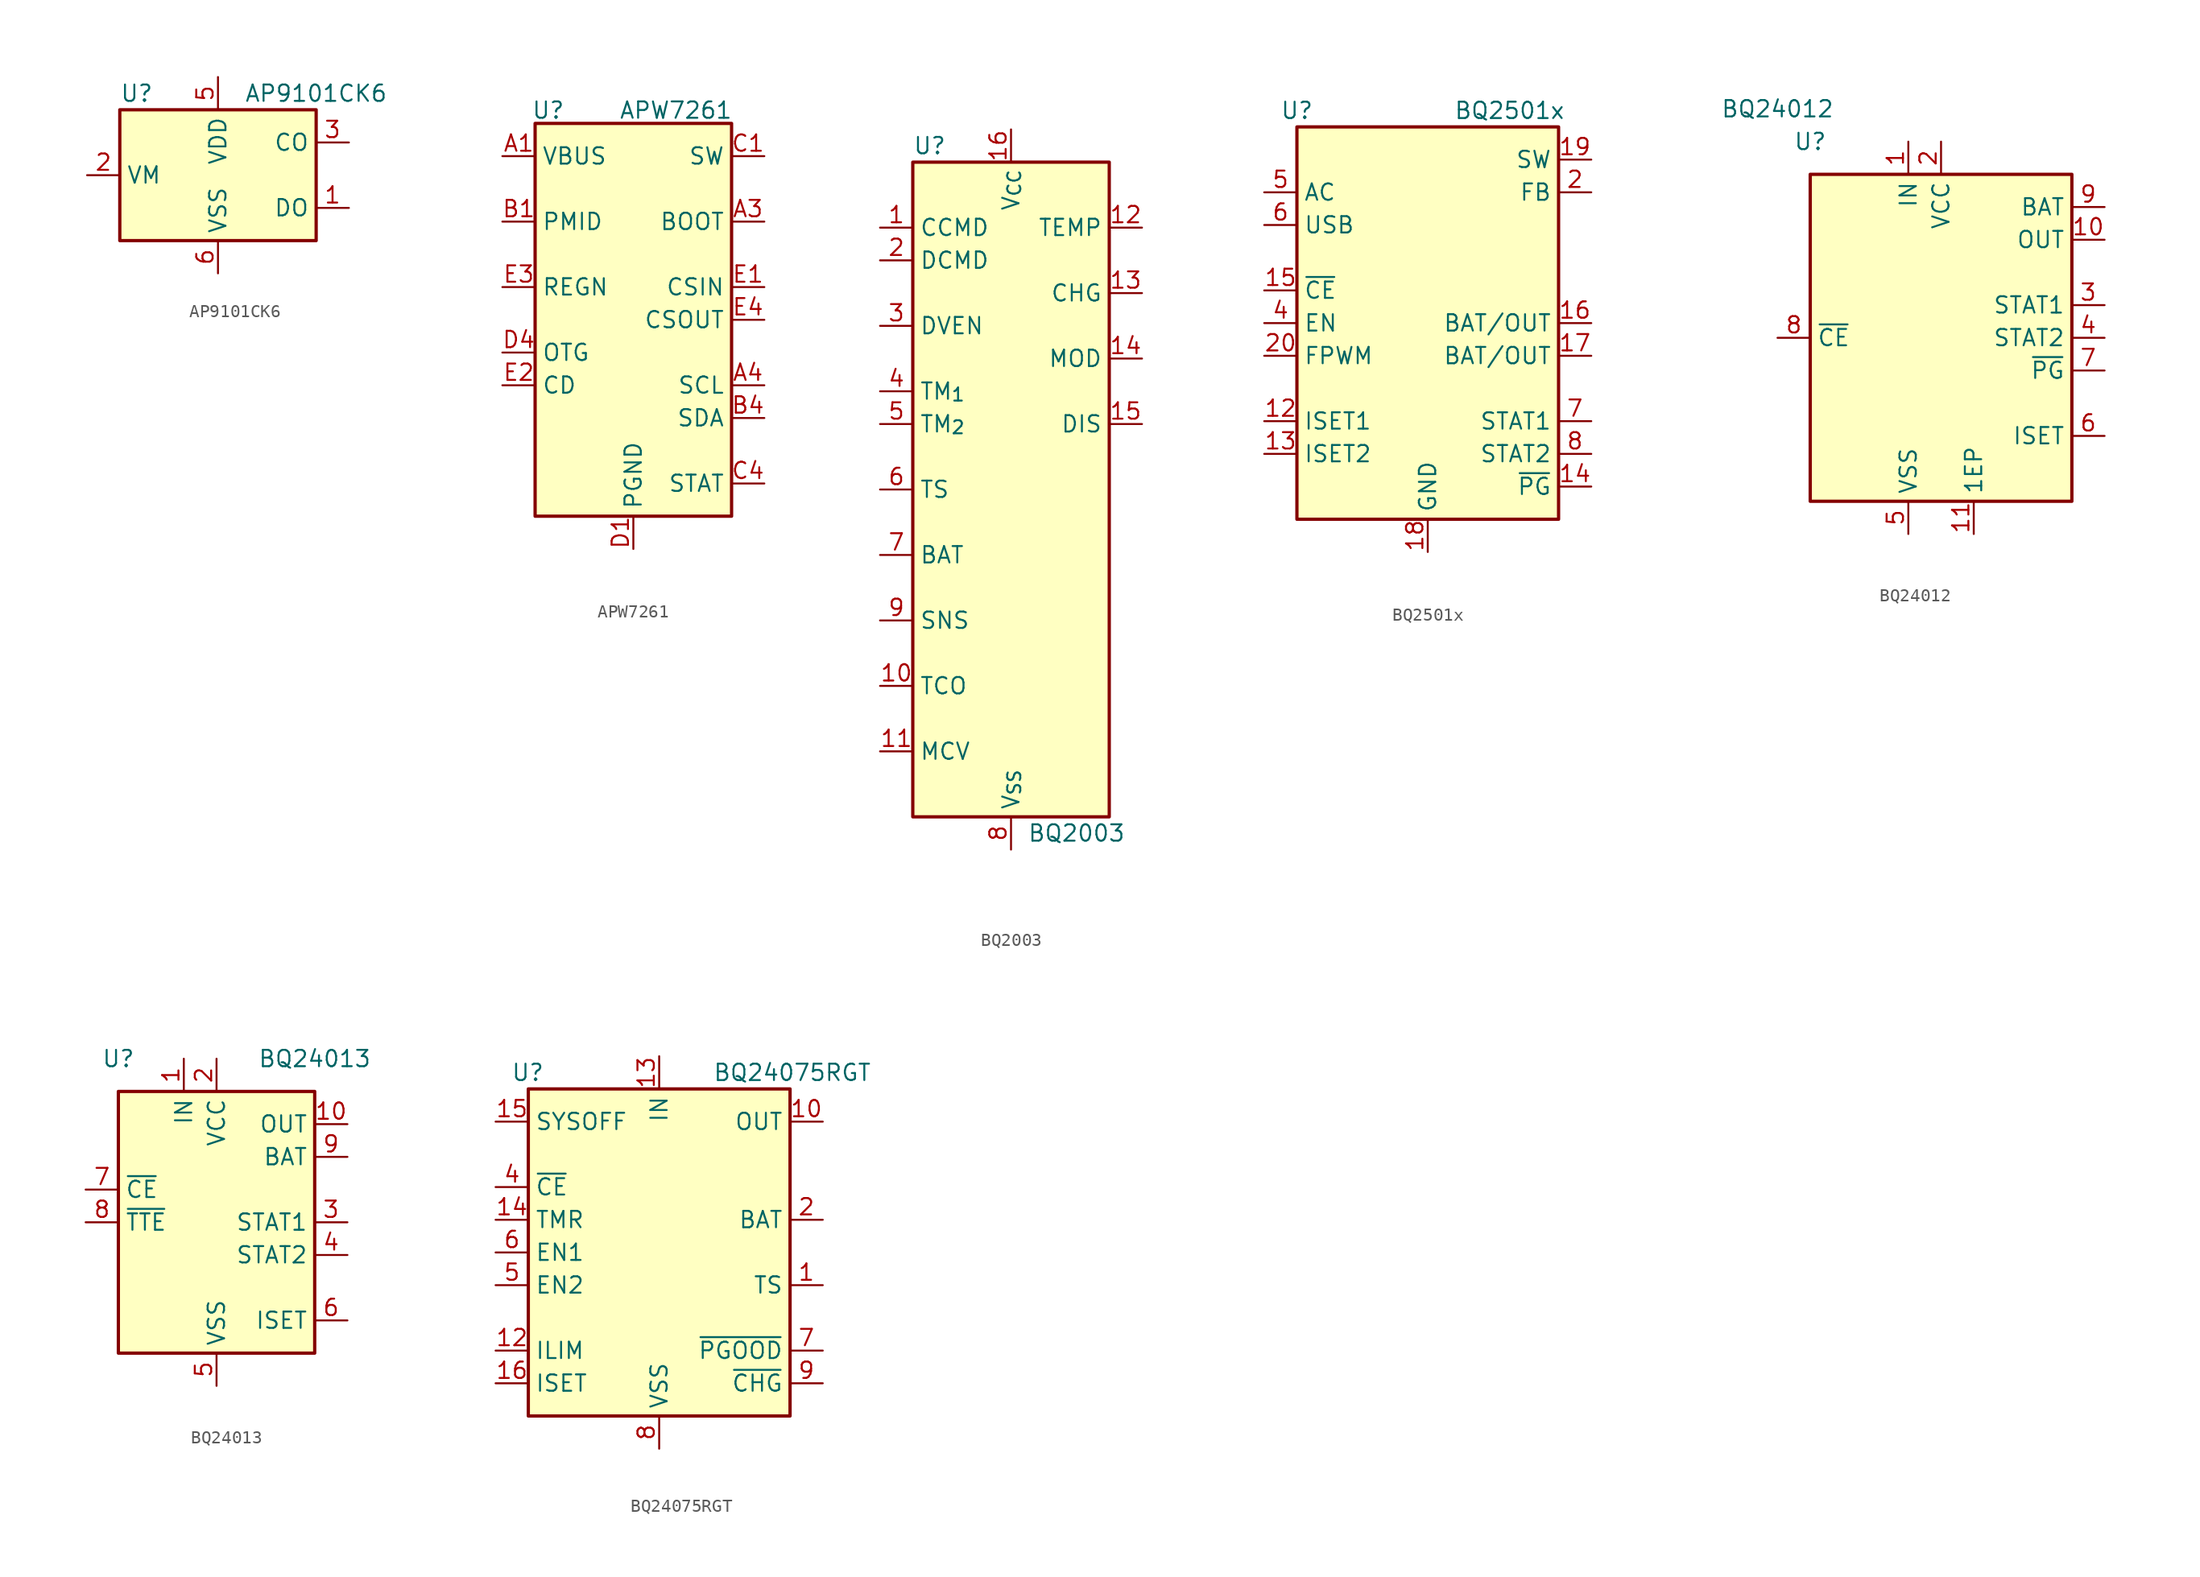
<source format=kicad_sym>
(kicad_symbol_lib
  (version 20241209)
  (generator "kicad_symbol_editor")
  (generator_version "9.0")
  (symbol "AP9101CK6"
    (property "Reference" "U"
      (at -7.62 6.35 0)
      (effects (font (size 1.27 1.27)) (justify left)))
    (property "Value" "AP9101CK6"
      (at 7.62 6.35 0)
      (effects (font (size 1.27 1.27))))
    (symbol "AP9101CK6_0_1"
      (rectangle (start -7.62 5.08) (end 7.62 -5.08) (stroke (width 0.254) (type default)) (fill (type background))))
    (symbol "AP9101CK6_1_1"
      (pin passive line (at -10.16 0 0) (length 2.54) (name "VM" (effects (font (size 1.27 1.27)))) (number "2" (effects (font (size 1.27 1.27)))))
      (pin no_connect line (at -7.62 -2.54 0) (length 2.54) (hide yes) (name "NC" (effects (font (size 1.27 1.27)))) (number "4" (effects (font (size 1.27 1.27)))))
      (pin power_in line (at 0 7.62 270) (length 2.54) (name "VDD" (effects (font (size 1.27 1.27)))) (number "5" (effects (font (size 1.27 1.27)))))
      (pin power_in line (at 0 -7.62 90) (length 2.54) (name "VSS" (effects (font (size 1.27 1.27)))) (number "6" (effects (font (size 1.27 1.27)))))
      (pin output line (at 10.16 2.54 180) (length 2.54) (name "CO" (effects (font (size 1.27 1.27)))) (number "3" (effects (font (size 1.27 1.27)))))
      (pin output line (at 10.16 -2.54 180) (length 2.54) (name "DO" (effects (font (size 1.27 1.27)))) (number "1" (effects (font (size 1.27 1.27)))))))
  (symbol "APW7261"
    (property "Reference" "U"
      (at -6.604 16.256 0)
      (effects (font (size 1.27 1.27))))
    (property "Value" "APW7261"
      (at 3.302 16.256 0)
      (effects (font (size 1.27 1.27))))
    (symbol "APW7261_1_1"
      (rectangle (start -7.62 15.24) (end 7.62 -15.24) (stroke (width 0.254) (type default)) (fill (type background)))
      (pin power_in line (at -10.16 12.7 0) (length 2.54) (name "VBUS" (effects (font (size 1.27 1.27)))) (number "A1" (effects (font (size 1.27 1.27)))))
      (pin passive line (at -10.16 12.7 0) (length 2.54) (hide yes) (name "VBUS" (effects (font (size 1.27 1.27)))) (number "A2" (effects (font (size 1.27 1.27)))))
      (pin input line (at -10.16 7.62 0) (length 2.54) (name "PMID" (effects (font (size 1.27 1.27)))) (number "B1" (effects (font (size 1.27 1.27)))))
      (pin input line (at -10.16 7.62 0) (length 2.54) (hide yes) (name "PMID" (effects (font (size 1.27 1.27)))) (number "B2" (effects (font (size 1.27 1.27)))))
      (pin input line (at -10.16 7.62 0) (length 2.54) (hide yes) (name "PMID" (effects (font (size 1.27 1.27)))) (number "B3" (effects (font (size 1.27 1.27)))))
      (pin power_out line (at -10.16 2.54 0) (length 2.54) (name "REGN" (effects (font (size 1.27 1.27)))) (number "E3" (effects (font (size 1.27 1.27)))))
      (pin input line (at -10.16 -2.54 0) (length 2.54) (name "OTG" (effects (font (size 1.27 1.27)))) (number "D4" (effects (font (size 1.27 1.27)))))
      (pin input line (at -10.16 -5.08 0) (length 2.54) (name "CD" (effects (font (size 1.27 1.27)))) (number "E2" (effects (font (size 1.27 1.27)))))
      (pin power_in line (at 0 -17.78 90) (length 2.54) (name "PGND" (effects (font (size 1.27 1.27)))) (number "D1" (effects (font (size 1.27 1.27)))))
      (pin passive line (at 0 -17.78 90) (length 2.54) (hide yes) (name "PGND" (effects (font (size 1.27 1.27)))) (number "D2" (effects (font (size 1.27 1.27)))))
      (pin passive line (at 0 -17.78 90) (length 2.54) (hide yes) (name "PGND" (effects (font (size 1.27 1.27)))) (number "D3" (effects (font (size 1.27 1.27)))))
      (pin power_out line (at 10.16 12.7 180) (length 2.54) (name "SW" (effects (font (size 1.27 1.27)))) (number "C1" (effects (font (size 1.27 1.27)))))
      (pin passive line (at 10.16 12.7 180) (length 2.54) (hide yes) (name "SW" (effects (font (size 1.27 1.27)))) (number "C2" (effects (font (size 1.27 1.27)))))
      (pin passive line (at 10.16 12.7 180) (length 2.54) (hide yes) (name "SW" (effects (font (size 1.27 1.27)))) (number "C3" (effects (font (size 1.27 1.27)))))
      (pin input line (at 10.16 7.62 180) (length 2.54) (name "BOOT" (effects (font (size 1.27 1.27)))) (number "A3" (effects (font (size 1.27 1.27)))))
      (pin input line (at 10.16 2.54 180) (length 2.54) (name "CSIN" (effects (font (size 1.27 1.27)))) (number "E1" (effects (font (size 1.27 1.27)))))
      (pin input line (at 10.16 0 180) (length 2.54) (name "CSOUT" (effects (font (size 1.27 1.27)))) (number "E4" (effects (font (size 1.27 1.27)))))
      (pin input line (at 10.16 -5.08 180) (length 2.54) (name "SCL" (effects (font (size 1.27 1.27)))) (number "A4" (effects (font (size 1.27 1.27)))))
      (pin bidirectional line (at 10.16 -7.62 180) (length 2.54) (name "SDA" (effects (font (size 1.27 1.27)))) (number "B4" (effects (font (size 1.27 1.27)))))
      (pin open_collector line (at 10.16 -12.7 180) (length 2.54) (name "STAT" (effects (font (size 1.27 1.27)))) (number "C4" (effects (font (size 1.27 1.27)))))))
  (symbol "BQ2003"
    (property "Reference" "U"
      (at -7.62 26.67 0)
      (effects (font (size 1.27 1.27)) (justify left)))
    (property "Value" "BQ2003"
      (at 5.08 -26.67 0)
      (effects (font (size 1.27 1.27))))
    (symbol "BQ2003_0_1"
      (rectangle (start -7.62 -25.4) (end 7.62 25.4) (stroke (width 0.254) (type default)) (fill (type background))))
    (symbol "BQ2003_1_1"
      (pin input line (at -10.16 20.32 0) (length 2.54) (name "CCMD" (effects (font (size 1.27 1.27)))) (number "1" (effects (font (size 1.27 1.27)))))
      (pin input line (at -10.16 17.78 0) (length 2.54) (name "DCMD" (effects (font (size 1.27 1.27)))) (number "2" (effects (font (size 1.27 1.27)))))
      (pin input line (at -10.16 12.7 0) (length 2.54) (name "DVEN" (effects (font (size 1.27 1.27)))) (number "3" (effects (font (size 1.27 1.27)))))
      (pin input line (at -10.16 7.62 0) (length 2.54) (name "TM_{1}" (effects (font (size 1.27 1.27)))) (number "4" (effects (font (size 1.27 1.27)))))
      (pin input line (at -10.16 5.08 0) (length 2.54) (name "TM_{2}" (effects (font (size 1.27 1.27)))) (number "5" (effects (font (size 1.27 1.27)))))
      (pin input line (at -10.16 0 0) (length 2.54) (name "TS" (effects (font (size 1.27 1.27)))) (number "6" (effects (font (size 1.27 1.27)))))
      (pin input line (at -10.16 -5.08 0) (length 2.54) (name "BAT" (effects (font (size 1.27 1.27)))) (number "7" (effects (font (size 1.27 1.27)))))
      (pin input line (at -10.16 -10.16 0) (length 2.54) (name "SNS" (effects (font (size 1.27 1.27)))) (number "9" (effects (font (size 1.27 1.27)))))
      (pin input line (at -10.16 -15.24 0) (length 2.54) (name "TCO" (effects (font (size 1.27 1.27)))) (number "10" (effects (font (size 1.27 1.27)))))
      (pin input line (at -10.16 -20.32 0) (length 2.54) (name "MCV" (effects (font (size 1.27 1.27)))) (number "11" (effects (font (size 1.27 1.27)))))
      (pin power_in line (at 0 27.94 270) (length 2.54) (name "V_{CC}" (effects (font (size 1.27 1.27)))) (number "16" (effects (font (size 1.27 1.27)))))
      (pin power_in line (at 0 -27.94 90) (length 2.54) (name "V_{SS}" (effects (font (size 1.27 1.27)))) (number "8" (effects (font (size 1.27 1.27)))))
      (pin output line (at 10.16 20.32 180) (length 2.54) (name "TEMP" (effects (font (size 1.27 1.27)))) (number "12" (effects (font (size 1.27 1.27)))))
      (pin output line (at 10.16 15.24 180) (length 2.54) (name "CHG" (effects (font (size 1.27 1.27)))) (number "13" (effects (font (size 1.27 1.27)))))
      (pin output line (at 10.16 10.16 180) (length 2.54) (name "MOD" (effects (font (size 1.27 1.27)))) (number "14" (effects (font (size 1.27 1.27)))))
      (pin output line (at 10.16 5.08 180) (length 2.54) (name "DIS" (effects (font (size 1.27 1.27)))) (number "15" (effects (font (size 1.27 1.27)))))))
  (symbol "BQ2501x"
    (property "Reference" "U"
      (at -10.16 16.51 0)
      (effects (font (size 1.27 1.27))))
    (property "Value" "BQ2501x"
      (at 6.35 16.51 0)
      (effects (font (size 1.27 1.27))))
    (symbol "BQ2501x_1_1"
      (rectangle (start -10.16 15.24) (end 10.16 -15.24) (stroke (width 0.254) (type default)) (fill (type background)))
      (pin power_in line (at -12.7 10.16 0) (length 2.54) (name "AC" (effects (font (size 1.27 1.27)))) (number "5" (effects (font (size 1.27 1.27)))))
      (pin power_in line (at -12.7 7.62 0) (length 2.54) (name "USB" (effects (font (size 1.27 1.27)))) (number "6" (effects (font (size 1.27 1.27)))))
      (pin input line (at -12.7 2.54 0) (length 2.54) (name "~{CE}" (effects (font (size 1.27 1.27)))) (number "15" (effects (font (size 1.27 1.27)))))
      (pin input line (at -12.7 0 0) (length 2.54) (name "EN" (effects (font (size 1.27 1.27)))) (number "4" (effects (font (size 1.27 1.27)))))
      (pin input line (at -12.7 -2.54 0) (length 2.54) (name "FPWM" (effects (font (size 1.27 1.27)))) (number "20" (effects (font (size 1.27 1.27)))))
      (pin input line (at -12.7 -7.62 0) (length 2.54) (name "ISET1" (effects (font (size 1.27 1.27)))) (number "12" (effects (font (size 1.27 1.27)))))
      (pin input line (at -12.7 -10.16 0) (length 2.54) (name "ISET2" (effects (font (size 1.27 1.27)))) (number "13" (effects (font (size 1.27 1.27)))))
      (pin power_in line (at 0 -17.78 90) (length 2.54) (name "GND" (effects (font (size 1.27 1.27)))) (number "18" (effects (font (size 1.27 1.27)))))
      (pin passive line (at 0 -17.78 90) (length 2.54) (hide yes) (name "GND" (effects (font (size 1.27 1.27)))) (number "21" (effects (font (size 1.27 1.27)))))
      (pin passive line (at 0 -17.78 90) (length 2.54) (hide yes) (name "GND" (effects (font (size 1.27 1.27)))) (number "3" (effects (font (size 1.27 1.27)))))
      (pin passive line (at 0 -17.78 90) (length 2.54) (hide yes) (name "GND" (effects (font (size 1.27 1.27)))) (number "9" (effects (font (size 1.27 1.27)))))
      (pin no_connect line (at 10.16 7.62 180) (length 2.54) (hide yes) (name "NC" (effects (font (size 1.27 1.27)))) (number "1" (effects (font (size 1.27 1.27)))))
      (pin no_connect line (at 10.16 5.08 180) (length 2.54) (hide yes) (name "NC" (effects (font (size 1.27 1.27)))) (number "10" (effects (font (size 1.27 1.27)))))
      (pin no_connect line (at 10.16 2.54 180) (length 2.54) (hide yes) (name "NC" (effects (font (size 1.27 1.27)))) (number "11" (effects (font (size 1.27 1.27)))))
      (pin power_out line (at 12.7 12.7 180) (length 2.54) (name "SW" (effects (font (size 1.27 1.27)))) (number "19" (effects (font (size 1.27 1.27)))))
      (pin input line (at 12.7 10.16 180) (length 2.54) (name "FB" (effects (font (size 1.27 1.27)))) (number "2" (effects (font (size 1.27 1.27)))))
      (pin power_out line (at 12.7 0 180) (length 2.54) (name "BAT/OUT" (effects (font (size 1.27 1.27)))) (number "16" (effects (font (size 1.27 1.27)))))
      (pin power_in line (at 12.7 -2.54 180) (length 2.54) (name "BAT/OUT" (effects (font (size 1.27 1.27)))) (number "17" (effects (font (size 1.27 1.27)))))
      (pin open_collector line (at 12.7 -7.62 180) (length 2.54) (name "STAT1" (effects (font (size 1.27 1.27)))) (number "7" (effects (font (size 1.27 1.27)))))
      (pin open_collector line (at 12.7 -10.16 180) (length 2.54) (name "STAT2" (effects (font (size 1.27 1.27)))) (number "8" (effects (font (size 1.27 1.27)))))
      (pin output line (at 12.7 -12.7 180) (length 2.54) (name "~{PG}" (effects (font (size 1.27 1.27)))) (number "14" (effects (font (size 1.27 1.27)))))))
  (symbol "BQ24012"
    (property "Reference" "U"
      (at -10.16 15.24 0)
      (effects (font (size 1.27 1.27))))
    (property "Value" "BQ24012"
      (at -12.7 17.78 0)
      (effects (font (size 1.27 1.27))))
    (symbol "BQ24012_0_1"
      (rectangle (start -10.16 12.7) (end 10.16 -12.7) (stroke (width 0.254) (type default)) (fill (type background))))
    (symbol "BQ24012_1_1"
      (pin input line (at -12.7 0 0) (length 2.54) (name "~{CE}" (effects (font (size 1.27 1.27)))) (number "8" (effects (font (size 1.27 1.27)))))
      (pin power_in line (at -2.54 15.24 270) (length 2.54) (name "IN" (effects (font (size 1.27 1.27)))) (number "1" (effects (font (size 1.27 1.27)))))
      (pin power_in line (at -2.54 -15.24 90) (length 2.54) (name "VSS" (effects (font (size 1.27 1.27)))) (number "5" (effects (font (size 1.27 1.27)))))
      (pin power_in line (at 0 15.24 270) (length 2.54) (name "VCC" (effects (font (size 1.27 1.27)))) (number "2" (effects (font (size 1.27 1.27)))))
      (pin passive line (at 2.54 -15.24 90) (length 2.54) (name "1EP" (effects (font (size 1.27 1.27)))) (number "11" (effects (font (size 1.27 1.27)))))
      (pin input line (at 12.7 10.16 180) (length 2.54) (name "BAT" (effects (font (size 1.27 1.27)))) (number "9" (effects (font (size 1.27 1.27)))))
      (pin power_out line (at 12.7 7.62 180) (length 2.54) (name "OUT" (effects (font (size 1.27 1.27)))) (number "10" (effects (font (size 1.27 1.27)))))
      (pin open_collector line (at 12.7 2.54 180) (length 2.54) (name "STAT1" (effects (font (size 1.27 1.27)))) (number "3" (effects (font (size 1.27 1.27)))))
      (pin open_collector line (at 12.7 0 180) (length 2.54) (name "STAT2" (effects (font (size 1.27 1.27)))) (number "4" (effects (font (size 1.27 1.27)))))
      (pin open_collector line (at 12.7 -2.54 180) (length 2.54) (name "~{PG}" (effects (font (size 1.27 1.27)))) (number "7" (effects (font (size 1.27 1.27)))))
      (pin output line (at 12.7 -7.62 180) (length 2.54) (name "ISET" (effects (font (size 1.27 1.27)))) (number "6" (effects (font (size 1.27 1.27)))))))
  (symbol "BQ24013"
    (property "Reference" "U"
      (at -7.62 12.7 0)
      (effects (font (size 1.27 1.27))))
    (property "Value" "BQ24013"
      (at 7.62 12.7 0)
      (effects (font (size 1.27 1.27))))
    (symbol "BQ24013_0_1"
      (rectangle (start -7.62 10.16) (end 7.62 -10.16) (stroke (width 0.254) (type default)) (fill (type background))))
    (symbol "BQ24013_1_1"
      (pin input line (at -10.16 2.54 0) (length 2.54) (name "~{CE}" (effects (font (size 1.27 1.27)))) (number "7" (effects (font (size 1.27 1.27)))))
      (pin input line (at -10.16 0 0) (length 2.54) (name "~{TTE}" (effects (font (size 1.27 1.27)))) (number "8" (effects (font (size 1.27 1.27)))))
      (pin power_in line (at -2.54 12.7 270) (length 2.54) (name "IN" (effects (font (size 1.27 1.27)))) (number "1" (effects (font (size 1.27 1.27)))))
      (pin power_in line (at 0 12.7 270) (length 2.54) (name "VCC" (effects (font (size 1.27 1.27)))) (number "2" (effects (font (size 1.27 1.27)))))
      (pin passive line (at 0 -12.7 90) (length 2.54) (hide yes) (name "VSS" (effects (font (size 1.27 1.27)))) (number "11" (effects (font (size 1.27 1.27)))))
      (pin power_in line (at 0 -12.7 90) (length 2.54) (name "VSS" (effects (font (size 1.27 1.27)))) (number "5" (effects (font (size 1.27 1.27)))))
      (pin power_out line (at 10.16 7.62 180) (length 2.54) (name "OUT" (effects (font (size 1.27 1.27)))) (number "10" (effects (font (size 1.27 1.27)))))
      (pin input line (at 10.16 5.08 180) (length 2.54) (name "BAT" (effects (font (size 1.27 1.27)))) (number "9" (effects (font (size 1.27 1.27)))))
      (pin open_collector line (at 10.16 0 180) (length 2.54) (name "STAT1" (effects (font (size 1.27 1.27)))) (number "3" (effects (font (size 1.27 1.27)))))
      (pin open_collector line (at 10.16 -2.54 180) (length 2.54) (name "STAT2" (effects (font (size 1.27 1.27)))) (number "4" (effects (font (size 1.27 1.27)))))
      (pin output line (at 10.16 -7.62 180) (length 2.54) (name "ISET" (effects (font (size 1.27 1.27)))) (number "6" (effects (font (size 1.27 1.27)))))))
  (symbol "BQ24075RGT"
    (property "Reference" "U"
      (at -8.89 13.97 0)
      (effects (font (size 1.27 1.27)) (justify right)))
    (property "Value" "BQ24075RGT"
      (at 16.51 13.97 0)
      (effects (font (size 1.27 1.27)) (justify right)))
    (symbol "BQ24075RGT_0_1"
      (rectangle (start -10.16 12.7) (end 10.16 -12.7) (stroke (width 0.254) (type default)) (fill (type background))))
    (symbol "BQ24075RGT_1_1"
      (pin input line (at -12.7 10.16 0) (length 2.54) (name "SYSOFF" (effects (font (size 1.27 1.27)))) (number "15" (effects (font (size 1.27 1.27)))))
      (pin input line (at -12.7 5.08 0) (length 2.54) (name "~{CE}" (effects (font (size 1.27 1.27)))) (number "4" (effects (font (size 1.27 1.27)))))
      (pin input line (at -12.7 2.54 0) (length 2.54) (name "TMR" (effects (font (size 1.27 1.27)))) (number "14" (effects (font (size 1.27 1.27)))))
      (pin input line (at -12.7 0 0) (length 2.54) (name "EN1" (effects (font (size 1.27 1.27)))) (number "6" (effects (font (size 1.27 1.27)))))
      (pin input line (at -12.7 -2.54 0) (length 2.54) (name "EN2" (effects (font (size 1.27 1.27)))) (number "5" (effects (font (size 1.27 1.27)))))
      (pin passive line (at -12.7 -7.62 0) (length 2.54) (name "ILIM" (effects (font (size 1.27 1.27)))) (number "12" (effects (font (size 1.27 1.27)))))
      (pin passive line (at -12.7 -10.16 0) (length 2.54) (name "ISET" (effects (font (size 1.27 1.27)))) (number "16" (effects (font (size 1.27 1.27)))))
      (pin power_in line (at 0 15.24 270) (length 2.54) (name "IN" (effects (font (size 1.27 1.27)))) (number "13" (effects (font (size 1.27 1.27)))))
      (pin passive line (at 0 -15.24 90) (length 2.54) (hide yes) (name "VSS" (effects (font (size 1.27 1.27)))) (number "17" (effects (font (size 1.27 1.27)))))
      (pin power_in line (at 0 -15.24 90) (length 2.54) (name "VSS" (effects (font (size 1.27 1.27)))) (number "8" (effects (font (size 1.27 1.27)))))
      (pin power_out line (at 12.7 10.16 180) (length 2.54) (name "OUT" (effects (font (size 1.27 1.27)))) (number "10" (effects (font (size 1.27 1.27)))))
      (pin passive line (at 12.7 10.16 180) (length 2.54) (hide yes) (name "OUT" (effects (font (size 1.27 1.27)))) (number "11" (effects (font (size 1.27 1.27)))))
      (pin power_out line (at 12.7 2.54 180) (length 2.54) (name "BAT" (effects (font (size 1.27 1.27)))) (number "2" (effects (font (size 1.27 1.27)))))
      (pin passive line (at 12.7 2.54 180) (length 2.54) (hide yes) (name "BAT" (effects (font (size 1.27 1.27)))) (number "3" (effects (font (size 1.27 1.27)))))
      (pin passive line (at 12.7 -2.54 180) (length 2.54) (name "TS" (effects (font (size 1.27 1.27)))) (number "1" (effects (font (size 1.27 1.27)))))
      (pin open_collector line (at 12.7 -7.62 180) (length 2.54) (name "~{PGOOD}" (effects (font (size 1.27 1.27)))) (number "7" (effects (font (size 1.27 1.27)))))
      (pin open_collector line (at 12.7 -10.16 180) (length 2.54) (name "~{CHG}" (effects (font (size 1.27 1.27)))) (number "9" (effects (font (size 1.27 1.27))))))))
</source>
